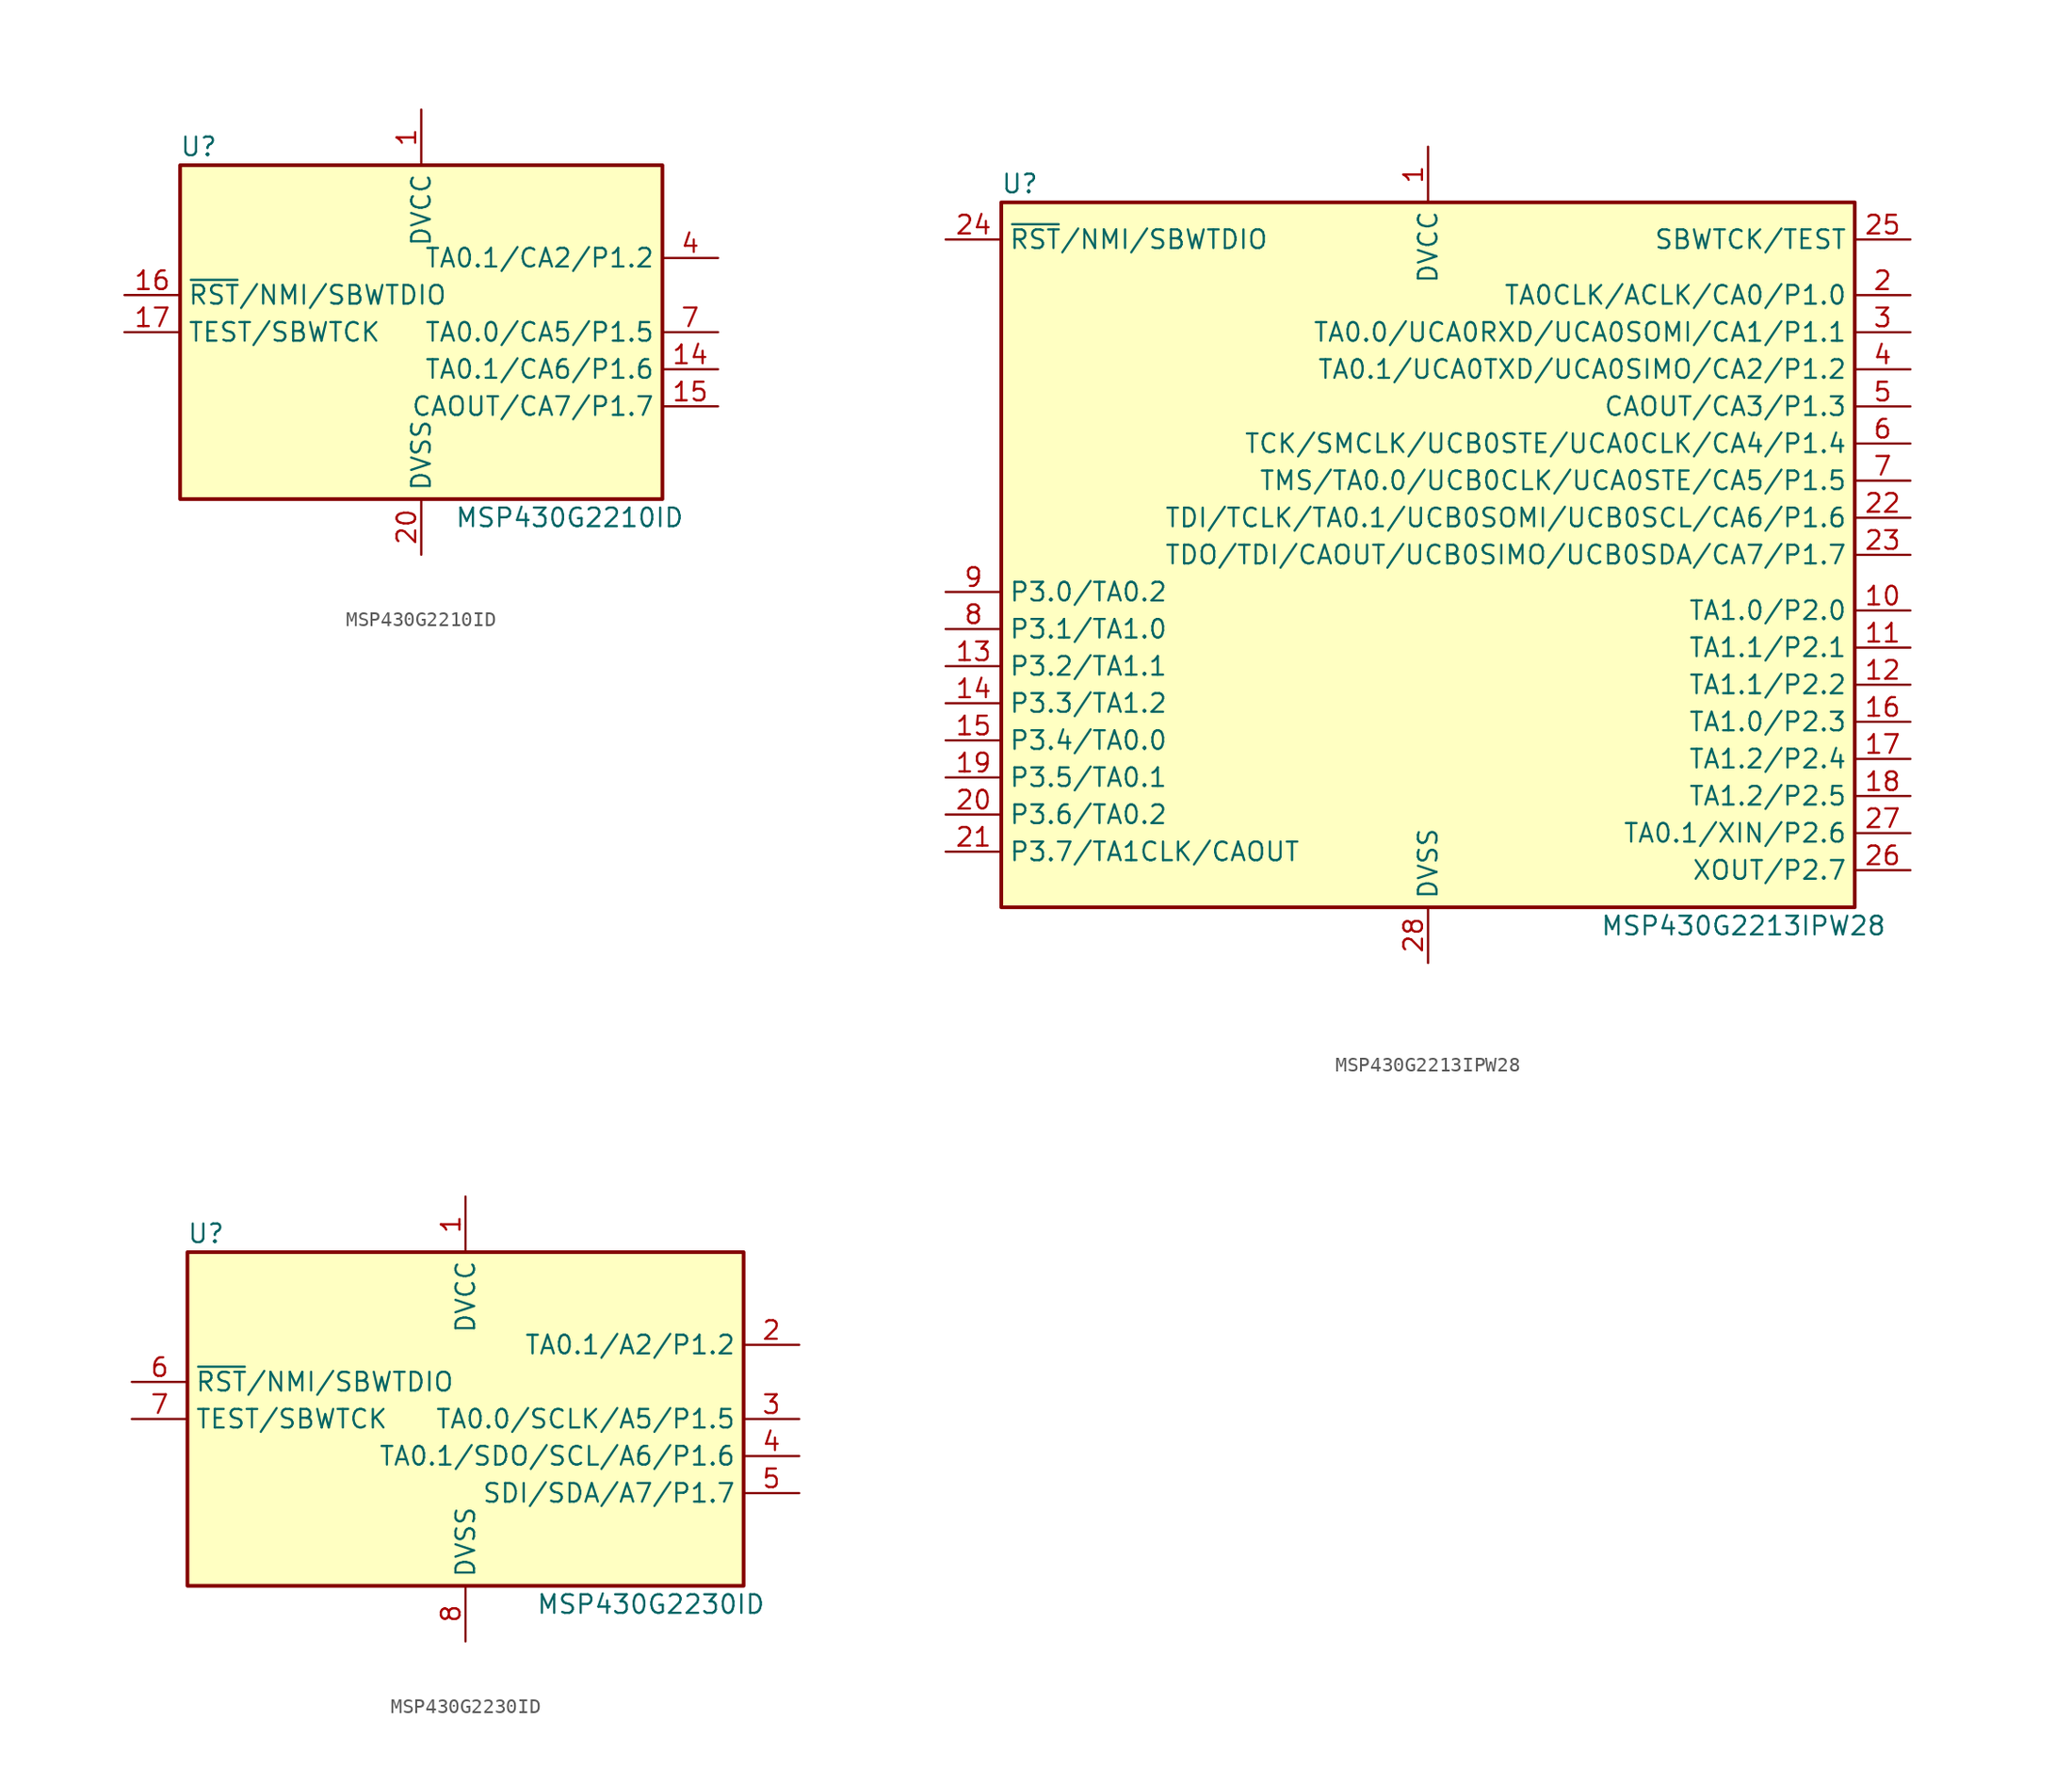
<source format=kicad_sym>
(kicad_symbol_lib
  (version 20231120)
  (generator "kicad_symbol_editor")
  (generator_version "8.0")
  (symbol "MSP430G2210ID"
    (property "Reference" "U"
      (at -15.24 12.7 0)
      (effects (font (size 1.27 1.27))))
    (property "Value" "MSP430G2210ID"
      (at 10.16 -12.7 0)
      (effects (font (size 1.27 1.27))))
    (symbol "MSP430G2210ID_0_1"
      (rectangle (start -16.51 11.43) (end 16.51 -11.43) (stroke (width 0.254) (type default)) (fill (type background))))
    (symbol "MSP430G2210ID_1_1"
      (pin power_in line (at 0 15.24 270) (length 3.81) (name "DVCC" (effects (font (size 1.27 1.27)))) (number "1" (effects (font (size 1.27 1.27)))))
      (pin bidirectional line (at 20.32 -2.54 180) (length 3.81) (name "TA0.1/CA6/P1.6" (effects (font (size 1.27 1.27)))) (number "14" (effects (font (size 1.27 1.27)))))
      (pin bidirectional line (at 20.32 -5.08 180) (length 3.81) (name "CAOUT/CA7/P1.7" (effects (font (size 1.27 1.27)))) (number "15" (effects (font (size 1.27 1.27)))))
      (pin input line (at -20.32 2.54 0) (length 3.81) (name "~{RST}/NMI/SBWTDIO" (effects (font (size 1.27 1.27)))) (number "16" (effects (font (size 1.27 1.27)))))
      (pin input line (at -20.32 0 0) (length 3.81) (name "TEST/SBWTCK" (effects (font (size 1.27 1.27)))) (number "17" (effects (font (size 1.27 1.27)))))
      (pin power_in line (at 0 -15.24 90) (length 3.81) (name "DVSS" (effects (font (size 1.27 1.27)))) (number "20" (effects (font (size 1.27 1.27)))))
      (pin bidirectional line (at 20.32 5.08 180) (length 3.81) (name "TA0.1/CA2/P1.2" (effects (font (size 1.27 1.27)))) (number "4" (effects (font (size 1.27 1.27)))))
      (pin bidirectional line (at 20.32 0 180) (length 3.81) (name "TA0.0/CA5/P1.5" (effects (font (size 1.27 1.27)))) (number "7" (effects (font (size 1.27 1.27)))))))
  (symbol "MSP430G2213IPW28"
    (property "Reference" "U"
      (at -27.94 25.4 0)
      (effects (font (size 1.27 1.27))))
    (property "Value" "MSP430G2213IPW28"
      (at 21.59 -25.4 0)
      (effects (font (size 1.27 1.27))))
    (symbol "MSP430G2213IPW28_0_1"
      (rectangle (start -29.21 24.13) (end 29.21 -24.13) (stroke (width 0.254) (type default)) (fill (type background))))
    (symbol "MSP430G2213IPW28_1_1"
      (pin power_in line (at 0 27.94 270) (length 3.81) (name "DVCC" (effects (font (size 1.27 1.27)))) (number "1" (effects (font (size 1.27 1.27)))))
      (pin bidirectional line (at 33.02 -3.81 180) (length 3.81) (name "TA1.0/P2.0" (effects (font (size 1.27 1.27)))) (number "10" (effects (font (size 1.27 1.27)))))
      (pin bidirectional line (at 33.02 -6.35 180) (length 3.81) (name "TA1.1/P2.1" (effects (font (size 1.27 1.27)))) (number "11" (effects (font (size 1.27 1.27)))))
      (pin bidirectional line (at 33.02 -8.89 180) (length 3.81) (name "TA1.1/P2.2" (effects (font (size 1.27 1.27)))) (number "12" (effects (font (size 1.27 1.27)))))
      (pin bidirectional line (at -33.02 -7.62 0) (length 3.81) (name "P3.2/TA1.1" (effects (font (size 1.27 1.27)))) (number "13" (effects (font (size 1.27 1.27)))))
      (pin bidirectional line (at -33.02 -10.16 0) (length 3.81) (name "P3.3/TA1.2" (effects (font (size 1.27 1.27)))) (number "14" (effects (font (size 1.27 1.27)))))
      (pin bidirectional line (at -33.02 -12.7 0) (length 3.81) (name "P3.4/TA0.0" (effects (font (size 1.27 1.27)))) (number "15" (effects (font (size 1.27 1.27)))))
      (pin bidirectional line (at 33.02 -11.43 180) (length 3.81) (name "TA1.0/P2.3" (effects (font (size 1.27 1.27)))) (number "16" (effects (font (size 1.27 1.27)))))
      (pin bidirectional line (at 33.02 -13.97 180) (length 3.81) (name "TA1.2/P2.4" (effects (font (size 1.27 1.27)))) (number "17" (effects (font (size 1.27 1.27)))))
      (pin bidirectional line (at 33.02 -16.51 180) (length 3.81) (name "TA1.2/P2.5" (effects (font (size 1.27 1.27)))) (number "18" (effects (font (size 1.27 1.27)))))
      (pin bidirectional line (at -33.02 -15.24 0) (length 3.81) (name "P3.5/TA0.1" (effects (font (size 1.27 1.27)))) (number "19" (effects (font (size 1.27 1.27)))))
      (pin bidirectional line (at 33.02 17.78 180) (length 3.81) (name "TA0CLK/ACLK/CA0/P1.0" (effects (font (size 1.27 1.27)))) (number "2" (effects (font (size 1.27 1.27)))))
      (pin bidirectional line (at -33.02 -17.78 0) (length 3.81) (name "P3.6/TA0.2" (effects (font (size 1.27 1.27)))) (number "20" (effects (font (size 1.27 1.27)))))
      (pin bidirectional line (at -33.02 -20.32 0) (length 3.81) (name "P3.7/TA1CLK/CAOUT" (effects (font (size 1.27 1.27)))) (number "21" (effects (font (size 1.27 1.27)))))
      (pin bidirectional line (at 33.02 2.54 180) (length 3.81) (name "TDI/TCLK/TA0.1/UCB0SOMI/UCB0SCL/CA6/P1.6" (effects (font (size 1.27 1.27)))) (number "22" (effects (font (size 1.27 1.27)))))
      (pin bidirectional line (at 33.02 0 180) (length 3.81) (name "TDO/TDI/CAOUT/UCB0SIMO/UCB0SDA/CA7/P1.7" (effects (font (size 1.27 1.27)))) (number "23" (effects (font (size 1.27 1.27)))))
      (pin input line (at -33.02 21.59 0) (length 3.81) (name "~{RST}/NMI/SBWTDIO" (effects (font (size 1.27 1.27)))) (number "24" (effects (font (size 1.27 1.27)))))
      (pin input line (at 33.02 21.59 180) (length 3.81) (name "SBWTCK/TEST" (effects (font (size 1.27 1.27)))) (number "25" (effects (font (size 1.27 1.27)))))
      (pin bidirectional line (at 33.02 -21.59 180) (length 3.81) (name "XOUT/P2.7" (effects (font (size 1.27 1.27)))) (number "26" (effects (font (size 1.27 1.27)))))
      (pin bidirectional line (at 33.02 -19.05 180) (length 3.81) (name "TA0.1/XIN/P2.6" (effects (font (size 1.27 1.27)))) (number "27" (effects (font (size 1.27 1.27)))))
      (pin power_in line (at 0 -27.94 90) (length 3.81) (name "DVSS" (effects (font (size 1.27 1.27)))) (number "28" (effects (font (size 1.27 1.27)))))
      (pin bidirectional line (at 33.02 15.24 180) (length 3.81) (name "TA0.0/UCA0RXD/UCA0SOMI/CA1/P1.1" (effects (font (size 1.27 1.27)))) (number "3" (effects (font (size 1.27 1.27)))))
      (pin bidirectional line (at 33.02 12.7 180) (length 3.81) (name "TA0.1/UCA0TXD/UCA0SIMO/CA2/P1.2" (effects (font (size 1.27 1.27)))) (number "4" (effects (font (size 1.27 1.27)))))
      (pin bidirectional line (at 33.02 10.16 180) (length 3.81) (name "CAOUT/CA3/P1.3" (effects (font (size 1.27 1.27)))) (number "5" (effects (font (size 1.27 1.27)))))
      (pin bidirectional line (at 33.02 7.62 180) (length 3.81) (name "TCK/SMCLK/UCB0STE/UCA0CLK/CA4/P1.4" (effects (font (size 1.27 1.27)))) (number "6" (effects (font (size 1.27 1.27)))))
      (pin bidirectional line (at 33.02 5.08 180) (length 3.81) (name "TMS/TA0.0/UCB0CLK/UCA0STE/CA5/P1.5" (effects (font (size 1.27 1.27)))) (number "7" (effects (font (size 1.27 1.27)))))
      (pin bidirectional line (at -33.02 -5.08 0) (length 3.81) (name "P3.1/TA1.0" (effects (font (size 1.27 1.27)))) (number "8" (effects (font (size 1.27 1.27)))))
      (pin bidirectional line (at -33.02 -2.54 0) (length 3.81) (name "P3.0/TA0.2" (effects (font (size 1.27 1.27)))) (number "9" (effects (font (size 1.27 1.27)))))))
  (symbol "MSP430G2230ID"
    (property "Reference" "U"
      (at -17.78 12.7 0)
      (effects (font (size 1.27 1.27))))
    (property "Value" "MSP430G2230ID"
      (at 12.7 -12.7 0)
      (effects (font (size 1.27 1.27))))
    (symbol "MSP430G2230ID_0_1"
      (rectangle (start -19.05 11.43) (end 19.05 -11.43) (stroke (width 0.254) (type default)) (fill (type background))))
    (symbol "MSP430G2230ID_1_1"
      (pin power_in line (at 0 15.24 270) (length 3.81) (name "DVCC" (effects (font (size 1.27 1.27)))) (number "1" (effects (font (size 1.27 1.27)))))
      (pin bidirectional line (at 22.86 5.08 180) (length 3.81) (name "TA0.1/A2/P1.2" (effects (font (size 1.27 1.27)))) (number "2" (effects (font (size 1.27 1.27)))))
      (pin bidirectional line (at 22.86 0 180) (length 3.81) (name "TA0.0/SCLK/A5/P1.5" (effects (font (size 1.27 1.27)))) (number "3" (effects (font (size 1.27 1.27)))))
      (pin bidirectional line (at 22.86 -2.54 180) (length 3.81) (name "TA0.1/SDO/SCL/A6/P1.6" (effects (font (size 1.27 1.27)))) (number "4" (effects (font (size 1.27 1.27)))))
      (pin bidirectional line (at 22.86 -5.08 180) (length 3.81) (name "SDI/SDA/A7/P1.7" (effects (font (size 1.27 1.27)))) (number "5" (effects (font (size 1.27 1.27)))))
      (pin input line (at -22.86 2.54 0) (length 3.81) (name "~{RST}/NMI/SBWTDIO" (effects (font (size 1.27 1.27)))) (number "6" (effects (font (size 1.27 1.27)))))
      (pin input line (at -22.86 0 0) (length 3.81) (name "TEST/SBWTCK" (effects (font (size 1.27 1.27)))) (number "7" (effects (font (size 1.27 1.27)))))
      (pin power_in line (at 0 -15.24 90) (length 3.81) (name "DVSS" (effects (font (size 1.27 1.27)))) (number "8" (effects (font (size 1.27 1.27))))))))
</source>
